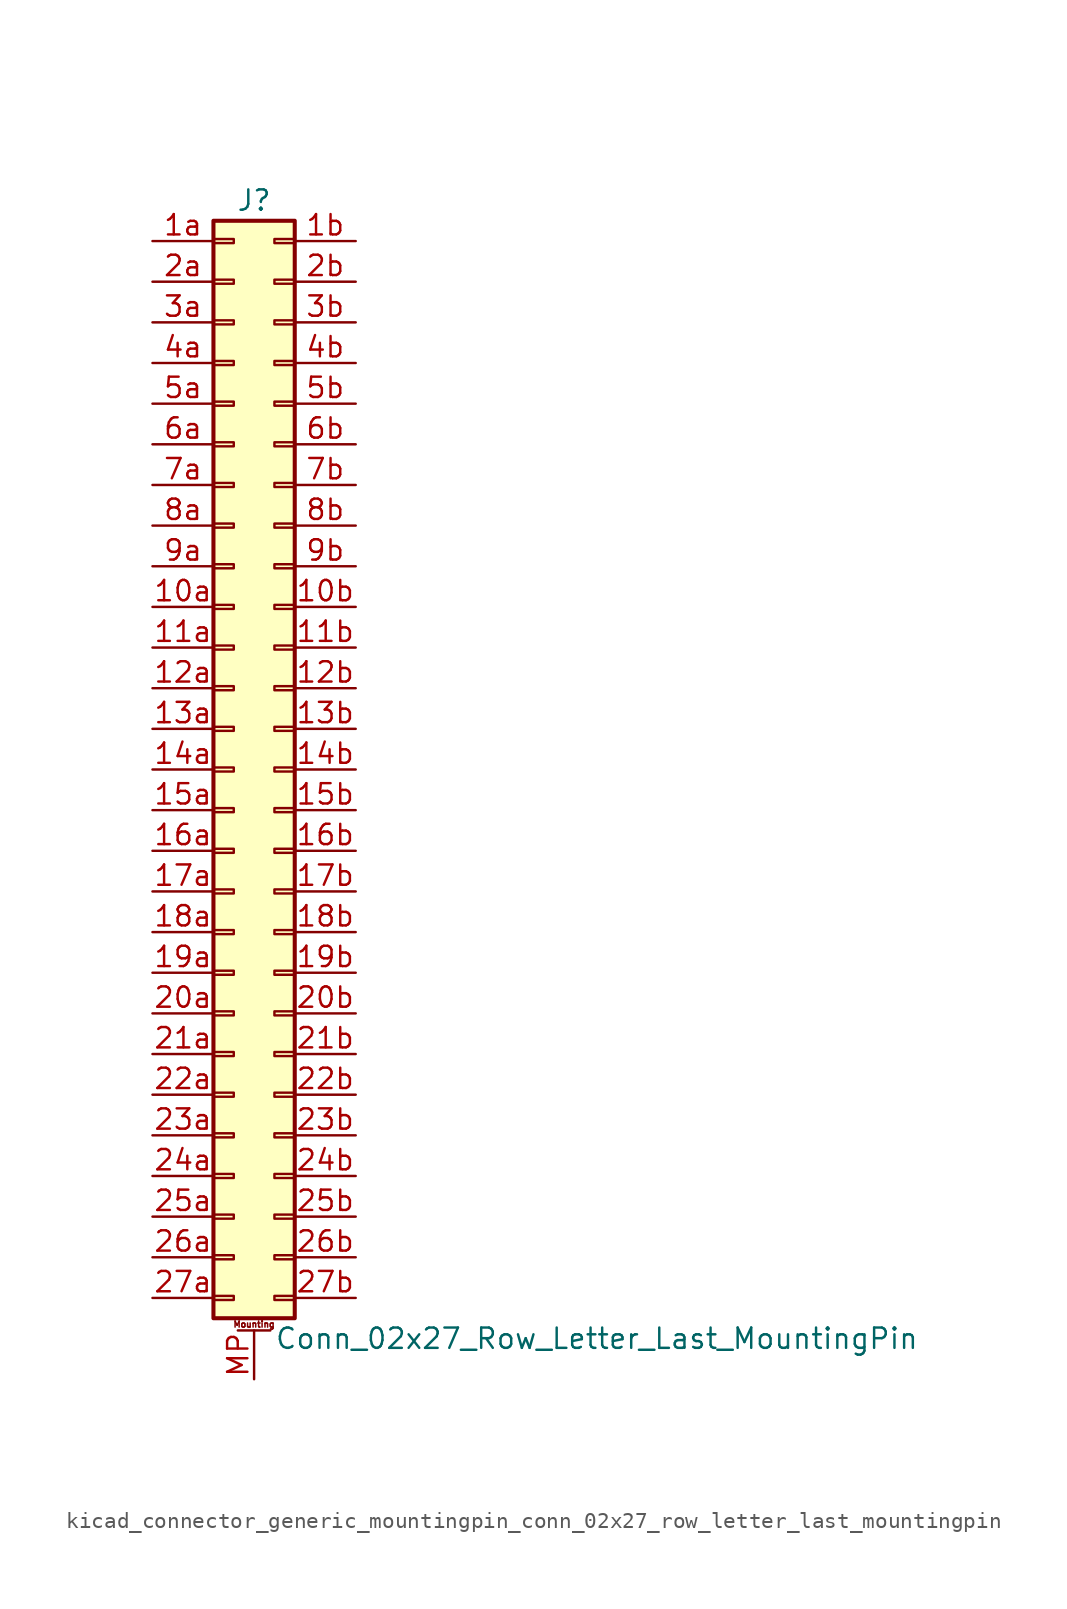
<source format=kicad_sym>
(kicad_symbol_lib
  (version 20220914)
  (generator kicad_symbol_editor)
  (symbol "kicad_connector_generic_mountingpin_conn_02x27_row_letter_last_mountingpin"
    (pin_names
      (offset 1.016) hide)
    (property "Reference" "J"
      (at 1.27 35.56 0)
      (effects (font (size 1.27 1.27))))
    (property "Value" "Conn_02x27_Row_Letter_Last_MountingPin"
      (at 2.54 -35.56 0)
      (effects (font (size 1.27 1.27)) (justify left)))
    (symbol "kicad_connector_generic_mountingpin_conn_02x27_row_letter_last_mountingpin_1_1"
      (rectangle (start -1.27 -32.893) (end 0 -33.147) (stroke (width 0.152) (type default)) (fill (type none)))
      (rectangle (start -1.27 -30.353) (end 0 -30.607) (stroke (width 0.152) (type default)) (fill (type none)))
      (rectangle (start -1.27 -27.813) (end 0 -28.067) (stroke (width 0.152) (type default)) (fill (type none)))
      (rectangle (start -1.27 -25.273) (end 0 -25.527) (stroke (width 0.152) (type default)) (fill (type none)))
      (rectangle (start -1.27 -22.733) (end 0 -22.987) (stroke (width 0.152) (type default)) (fill (type none)))
      (rectangle (start -1.27 -20.193) (end 0 -20.447) (stroke (width 0.152) (type default)) (fill (type none)))
      (rectangle (start -1.27 -17.653) (end 0 -17.907) (stroke (width 0.152) (type default)) (fill (type none)))
      (rectangle (start -1.27 -15.113) (end 0 -15.367) (stroke (width 0.152) (type default)) (fill (type none)))
      (rectangle (start -1.27 -12.573) (end 0 -12.827) (stroke (width 0.152) (type default)) (fill (type none)))
      (rectangle (start -1.27 -10.033) (end 0 -10.287) (stroke (width 0.152) (type default)) (fill (type none)))
      (rectangle (start -1.27 -7.493) (end 0 -7.747) (stroke (width 0.152) (type default)) (fill (type none)))
      (rectangle (start -1.27 -4.953) (end 0 -5.207) (stroke (width 0.152) (type default)) (fill (type none)))
      (rectangle (start -1.27 -2.413) (end 0 -2.667) (stroke (width 0.152) (type default)) (fill (type none)))
      (rectangle (start -1.27 0.127) (end 0 -0.127) (stroke (width 0.152) (type default)) (fill (type none)))
      (rectangle (start -1.27 2.667) (end 0 2.413) (stroke (width 0.152) (type default)) (fill (type none)))
      (rectangle (start -1.27 5.207) (end 0 4.953) (stroke (width 0.152) (type default)) (fill (type none)))
      (rectangle (start -1.27 7.747) (end 0 7.493) (stroke (width 0.152) (type default)) (fill (type none)))
      (rectangle (start -1.27 10.287) (end 0 10.033) (stroke (width 0.152) (type default)) (fill (type none)))
      (rectangle (start -1.27 12.827) (end 0 12.573) (stroke (width 0.152) (type default)) (fill (type none)))
      (rectangle (start -1.27 15.367) (end 0 15.113) (stroke (width 0.152) (type default)) (fill (type none)))
      (rectangle (start -1.27 17.907) (end 0 17.653) (stroke (width 0.152) (type default)) (fill (type none)))
      (rectangle (start -1.27 20.447) (end 0 20.193) (stroke (width 0.152) (type default)) (fill (type none)))
      (rectangle (start -1.27 22.987) (end 0 22.733) (stroke (width 0.152) (type default)) (fill (type none)))
      (rectangle (start -1.27 25.527) (end 0 25.273) (stroke (width 0.152) (type default)) (fill (type none)))
      (rectangle (start -1.27 28.067) (end 0 27.813) (stroke (width 0.152) (type default)) (fill (type none)))
      (rectangle (start -1.27 30.607) (end 0 30.353) (stroke (width 0.152) (type default)) (fill (type none)))
      (rectangle (start -1.27 33.147) (end 0 32.893) (stroke (width 0.152) (type default)) (fill (type none)))
      (rectangle (start -1.27 34.29) (end 3.81 -34.29) (stroke (width 0.254) (type default)) (fill (type background)))
      (polyline (pts (xy 0.254 -35.052) (xy 2.286 -35.052)) (stroke (width 0.152) (type default)) (fill (type none)))
      (rectangle (start 3.81 -32.893) (end 2.54 -33.147) (stroke (width 0.152) (type default)) (fill (type none)))
      (rectangle (start 3.81 -30.353) (end 2.54 -30.607) (stroke (width 0.152) (type default)) (fill (type none)))
      (rectangle (start 3.81 -27.813) (end 2.54 -28.067) (stroke (width 0.152) (type default)) (fill (type none)))
      (rectangle (start 3.81 -25.273) (end 2.54 -25.527) (stroke (width 0.152) (type default)) (fill (type none)))
      (rectangle (start 3.81 -22.733) (end 2.54 -22.987) (stroke (width 0.152) (type default)) (fill (type none)))
      (rectangle (start 3.81 -20.193) (end 2.54 -20.447) (stroke (width 0.152) (type default)) (fill (type none)))
      (rectangle (start 3.81 -17.653) (end 2.54 -17.907) (stroke (width 0.152) (type default)) (fill (type none)))
      (rectangle (start 3.81 -15.113) (end 2.54 -15.367) (stroke (width 0.152) (type default)) (fill (type none)))
      (rectangle (start 3.81 -12.573) (end 2.54 -12.827) (stroke (width 0.152) (type default)) (fill (type none)))
      (rectangle (start 3.81 -10.033) (end 2.54 -10.287) (stroke (width 0.152) (type default)) (fill (type none)))
      (rectangle (start 3.81 -7.493) (end 2.54 -7.747) (stroke (width 0.152) (type default)) (fill (type none)))
      (rectangle (start 3.81 -4.953) (end 2.54 -5.207) (stroke (width 0.152) (type default)) (fill (type none)))
      (rectangle (start 3.81 -2.413) (end 2.54 -2.667) (stroke (width 0.152) (type default)) (fill (type none)))
      (rectangle (start 3.81 0.127) (end 2.54 -0.127) (stroke (width 0.152) (type default)) (fill (type none)))
      (rectangle (start 3.81 2.667) (end 2.54 2.413) (stroke (width 0.152) (type default)) (fill (type none)))
      (rectangle (start 3.81 5.207) (end 2.54 4.953) (stroke (width 0.152) (type default)) (fill (type none)))
      (rectangle (start 3.81 7.747) (end 2.54 7.493) (stroke (width 0.152) (type default)) (fill (type none)))
      (rectangle (start 3.81 10.287) (end 2.54 10.033) (stroke (width 0.152) (type default)) (fill (type none)))
      (rectangle (start 3.81 12.827) (end 2.54 12.573) (stroke (width 0.152) (type default)) (fill (type none)))
      (rectangle (start 3.81 15.367) (end 2.54 15.113) (stroke (width 0.152) (type default)) (fill (type none)))
      (rectangle (start 3.81 17.907) (end 2.54 17.653) (stroke (width 0.152) (type default)) (fill (type none)))
      (rectangle (start 3.81 20.447) (end 2.54 20.193) (stroke (width 0.152) (type default)) (fill (type none)))
      (rectangle (start 3.81 22.987) (end 2.54 22.733) (stroke (width 0.152) (type default)) (fill (type none)))
      (rectangle (start 3.81 25.527) (end 2.54 25.273) (stroke (width 0.152) (type default)) (fill (type none)))
      (rectangle (start 3.81 28.067) (end 2.54 27.813) (stroke (width 0.152) (type default)) (fill (type none)))
      (rectangle (start 3.81 30.607) (end 2.54 30.353) (stroke (width 0.152) (type default)) (fill (type none)))
      (rectangle (start 3.81 33.147) (end 2.54 32.893) (stroke (width 0.152) (type default)) (fill (type none)))
      (text "Mounting" (at 1.27 -34.671 0) (effects (font (size 0.381 0.381))))
      (pin passive line (at -5.08 10.16 0) (length 3.81) (name "Pin_10a" (effects (font (size 1.27 1.27)))) (number "10a" (effects (font (size 1.27 1.27)))))
      (pin passive line (at 7.62 10.16 180) (length 3.81) (name "Pin_10b" (effects (font (size 1.27 1.27)))) (number "10b" (effects (font (size 1.27 1.27)))))
      (pin passive line (at -5.08 7.62 0) (length 3.81) (name "Pin_11a" (effects (font (size 1.27 1.27)))) (number "11a" (effects (font (size 1.27 1.27)))))
      (pin passive line (at 7.62 7.62 180) (length 3.81) (name "Pin_11b" (effects (font (size 1.27 1.27)))) (number "11b" (effects (font (size 1.27 1.27)))))
      (pin passive line (at -5.08 5.08 0) (length 3.81) (name "Pin_12a" (effects (font (size 1.27 1.27)))) (number "12a" (effects (font (size 1.27 1.27)))))
      (pin passive line (at 7.62 5.08 180) (length 3.81) (name "Pin_12b" (effects (font (size 1.27 1.27)))) (number "12b" (effects (font (size 1.27 1.27)))))
      (pin passive line (at -5.08 2.54 0) (length 3.81) (name "Pin_13a" (effects (font (size 1.27 1.27)))) (number "13a" (effects (font (size 1.27 1.27)))))
      (pin passive line (at 7.62 2.54 180) (length 3.81) (name "Pin_13b" (effects (font (size 1.27 1.27)))) (number "13b" (effects (font (size 1.27 1.27)))))
      (pin passive line (at -5.08 0 0) (length 3.81) (name "Pin_14a" (effects (font (size 1.27 1.27)))) (number "14a" (effects (font (size 1.27 1.27)))))
      (pin passive line (at 7.62 0 180) (length 3.81) (name "Pin_14b" (effects (font (size 1.27 1.27)))) (number "14b" (effects (font (size 1.27 1.27)))))
      (pin passive line (at -5.08 -2.54 0) (length 3.81) (name "Pin_15a" (effects (font (size 1.27 1.27)))) (number "15a" (effects (font (size 1.27 1.27)))))
      (pin passive line (at 7.62 -2.54 180) (length 3.81) (name "Pin_15b" (effects (font (size 1.27 1.27)))) (number "15b" (effects (font (size 1.27 1.27)))))
      (pin passive line (at -5.08 -5.08 0) (length 3.81) (name "Pin_16a" (effects (font (size 1.27 1.27)))) (number "16a" (effects (font (size 1.27 1.27)))))
      (pin passive line (at 7.62 -5.08 180) (length 3.81) (name "Pin_16b" (effects (font (size 1.27 1.27)))) (number "16b" (effects (font (size 1.27 1.27)))))
      (pin passive line (at -5.08 -7.62 0) (length 3.81) (name "Pin_17a" (effects (font (size 1.27 1.27)))) (number "17a" (effects (font (size 1.27 1.27)))))
      (pin passive line (at 7.62 -7.62 180) (length 3.81) (name "Pin_17b" (effects (font (size 1.27 1.27)))) (number "17b" (effects (font (size 1.27 1.27)))))
      (pin passive line (at -5.08 -10.16 0) (length 3.81) (name "Pin_18a" (effects (font (size 1.27 1.27)))) (number "18a" (effects (font (size 1.27 1.27)))))
      (pin passive line (at 7.62 -10.16 180) (length 3.81) (name "Pin_18b" (effects (font (size 1.27 1.27)))) (number "18b" (effects (font (size 1.27 1.27)))))
      (pin passive line (at -5.08 -12.7 0) (length 3.81) (name "Pin_19a" (effects (font (size 1.27 1.27)))) (number "19a" (effects (font (size 1.27 1.27)))))
      (pin passive line (at 7.62 -12.7 180) (length 3.81) (name "Pin_19b" (effects (font (size 1.27 1.27)))) (number "19b" (effects (font (size 1.27 1.27)))))
      (pin passive line (at -5.08 33.02 0) (length 3.81) (name "Pin_1a" (effects (font (size 1.27 1.27)))) (number "1a" (effects (font (size 1.27 1.27)))))
      (pin passive line (at 7.62 33.02 180) (length 3.81) (name "Pin_1b" (effects (font (size 1.27 1.27)))) (number "1b" (effects (font (size 1.27 1.27)))))
      (pin passive line (at -5.08 -15.24 0) (length 3.81) (name "Pin_20a" (effects (font (size 1.27 1.27)))) (number "20a" (effects (font (size 1.27 1.27)))))
      (pin passive line (at 7.62 -15.24 180) (length 3.81) (name "Pin_20b" (effects (font (size 1.27 1.27)))) (number "20b" (effects (font (size 1.27 1.27)))))
      (pin passive line (at -5.08 -17.78 0) (length 3.81) (name "Pin_21a" (effects (font (size 1.27 1.27)))) (number "21a" (effects (font (size 1.27 1.27)))))
      (pin passive line (at 7.62 -17.78 180) (length 3.81) (name "Pin_21b" (effects (font (size 1.27 1.27)))) (number "21b" (effects (font (size 1.27 1.27)))))
      (pin passive line (at -5.08 -20.32 0) (length 3.81) (name "Pin_22a" (effects (font (size 1.27 1.27)))) (number "22a" (effects (font (size 1.27 1.27)))))
      (pin passive line (at 7.62 -20.32 180) (length 3.81) (name "Pin_22b" (effects (font (size 1.27 1.27)))) (number "22b" (effects (font (size 1.27 1.27)))))
      (pin passive line (at -5.08 -22.86 0) (length 3.81) (name "Pin_23a" (effects (font (size 1.27 1.27)))) (number "23a" (effects (font (size 1.27 1.27)))))
      (pin passive line (at 7.62 -22.86 180) (length 3.81) (name "Pin_23b" (effects (font (size 1.27 1.27)))) (number "23b" (effects (font (size 1.27 1.27)))))
      (pin passive line (at -5.08 -25.4 0) (length 3.81) (name "Pin_24a" (effects (font (size 1.27 1.27)))) (number "24a" (effects (font (size 1.27 1.27)))))
      (pin passive line (at 7.62 -25.4 180) (length 3.81) (name "Pin_24b" (effects (font (size 1.27 1.27)))) (number "24b" (effects (font (size 1.27 1.27)))))
      (pin passive line (at -5.08 -27.94 0) (length 3.81) (name "Pin_25a" (effects (font (size 1.27 1.27)))) (number "25a" (effects (font (size 1.27 1.27)))))
      (pin passive line (at 7.62 -27.94 180) (length 3.81) (name "Pin_25b" (effects (font (size 1.27 1.27)))) (number "25b" (effects (font (size 1.27 1.27)))))
      (pin passive line (at -5.08 -30.48 0) (length 3.81) (name "Pin_26a" (effects (font (size 1.27 1.27)))) (number "26a" (effects (font (size 1.27 1.27)))))
      (pin passive line (at 7.62 -30.48 180) (length 3.81) (name "Pin_26b" (effects (font (size 1.27 1.27)))) (number "26b" (effects (font (size 1.27 1.27)))))
      (pin passive line (at -5.08 -33.02 0) (length 3.81) (name "Pin_27a" (effects (font (size 1.27 1.27)))) (number "27a" (effects (font (size 1.27 1.27)))))
      (pin passive line (at 7.62 -33.02 180) (length 3.81) (name "Pin_27b" (effects (font (size 1.27 1.27)))) (number "27b" (effects (font (size 1.27 1.27)))))
      (pin passive line (at -5.08 30.48 0) (length 3.81) (name "Pin_2a" (effects (font (size 1.27 1.27)))) (number "2a" (effects (font (size 1.27 1.27)))))
      (pin passive line (at 7.62 30.48 180) (length 3.81) (name "Pin_2b" (effects (font (size 1.27 1.27)))) (number "2b" (effects (font (size 1.27 1.27)))))
      (pin passive line (at -5.08 27.94 0) (length 3.81) (name "Pin_3a" (effects (font (size 1.27 1.27)))) (number "3a" (effects (font (size 1.27 1.27)))))
      (pin passive line (at 7.62 27.94 180) (length 3.81) (name "Pin_3b" (effects (font (size 1.27 1.27)))) (number "3b" (effects (font (size 1.27 1.27)))))
      (pin passive line (at -5.08 25.4 0) (length 3.81) (name "Pin_4a" (effects (font (size 1.27 1.27)))) (number "4a" (effects (font (size 1.27 1.27)))))
      (pin passive line (at 7.62 25.4 180) (length 3.81) (name "Pin_4b" (effects (font (size 1.27 1.27)))) (number "4b" (effects (font (size 1.27 1.27)))))
      (pin passive line (at -5.08 22.86 0) (length 3.81) (name "Pin_5a" (effects (font (size 1.27 1.27)))) (number "5a" (effects (font (size 1.27 1.27)))))
      (pin passive line (at 7.62 22.86 180) (length 3.81) (name "Pin_5b" (effects (font (size 1.27 1.27)))) (number "5b" (effects (font (size 1.27 1.27)))))
      (pin passive line (at -5.08 20.32 0) (length 3.81) (name "Pin_6a" (effects (font (size 1.27 1.27)))) (number "6a" (effects (font (size 1.27 1.27)))))
      (pin passive line (at 7.62 20.32 180) (length 3.81) (name "Pin_6b" (effects (font (size 1.27 1.27)))) (number "6b" (effects (font (size 1.27 1.27)))))
      (pin passive line (at -5.08 17.78 0) (length 3.81) (name "Pin_7a" (effects (font (size 1.27 1.27)))) (number "7a" (effects (font (size 1.27 1.27)))))
      (pin passive line (at 7.62 17.78 180) (length 3.81) (name "Pin_7b" (effects (font (size 1.27 1.27)))) (number "7b" (effects (font (size 1.27 1.27)))))
      (pin passive line (at -5.08 15.24 0) (length 3.81) (name "Pin_8a" (effects (font (size 1.27 1.27)))) (number "8a" (effects (font (size 1.27 1.27)))))
      (pin passive line (at 7.62 15.24 180) (length 3.81) (name "Pin_8b" (effects (font (size 1.27 1.27)))) (number "8b" (effects (font (size 1.27 1.27)))))
      (pin passive line (at -5.08 12.7 0) (length 3.81) (name "Pin_9a" (effects (font (size 1.27 1.27)))) (number "9a" (effects (font (size 1.27 1.27)))))
      (pin passive line (at 7.62 12.7 180) (length 3.81) (name "Pin_9b" (effects (font (size 1.27 1.27)))) (number "9b" (effects (font (size 1.27 1.27)))))
      (pin passive line (at 1.27 -38.1 90) (length 3.048) (name "MountPin" (effects (font (size 1.27 1.27)))) (number "MP" (effects (font (size 1.27 1.27))))))))
</source>
